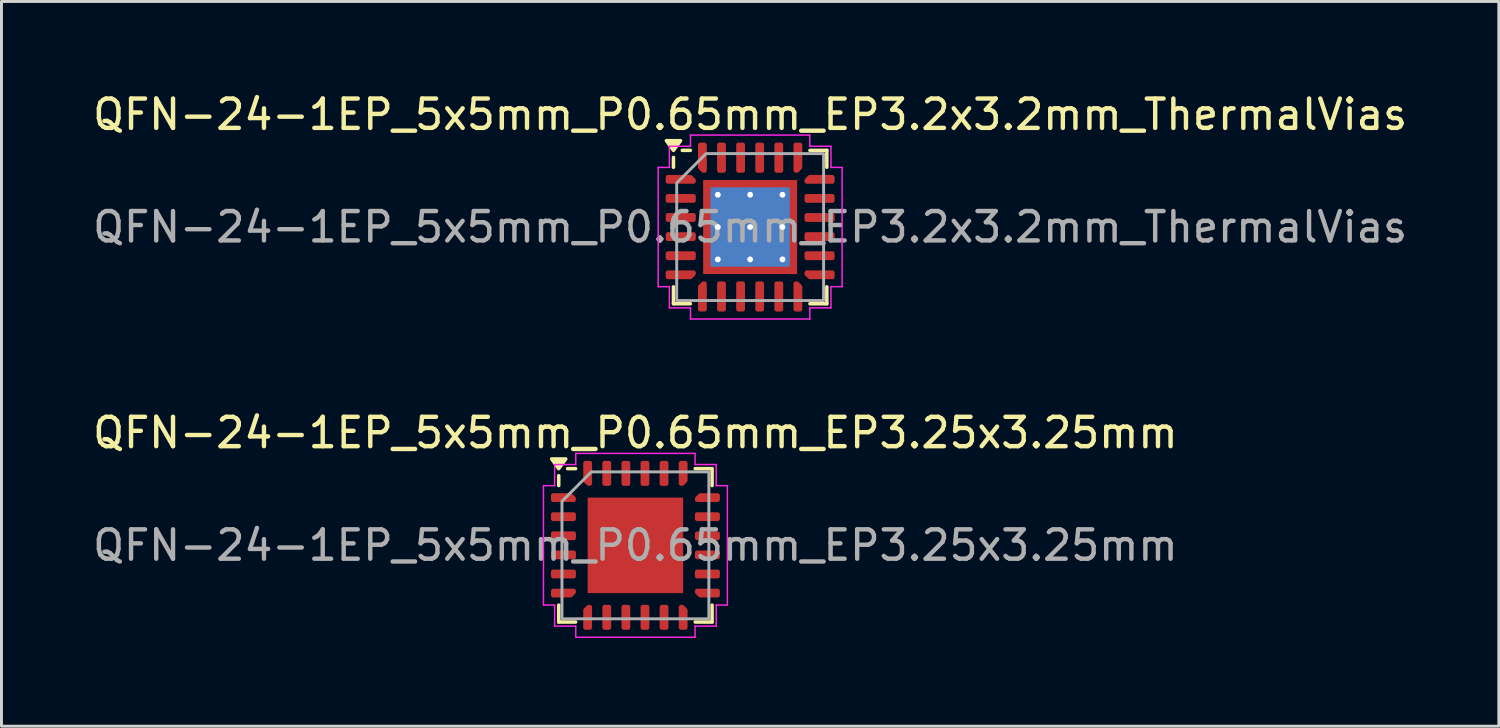
<source format=kicad_pcb>
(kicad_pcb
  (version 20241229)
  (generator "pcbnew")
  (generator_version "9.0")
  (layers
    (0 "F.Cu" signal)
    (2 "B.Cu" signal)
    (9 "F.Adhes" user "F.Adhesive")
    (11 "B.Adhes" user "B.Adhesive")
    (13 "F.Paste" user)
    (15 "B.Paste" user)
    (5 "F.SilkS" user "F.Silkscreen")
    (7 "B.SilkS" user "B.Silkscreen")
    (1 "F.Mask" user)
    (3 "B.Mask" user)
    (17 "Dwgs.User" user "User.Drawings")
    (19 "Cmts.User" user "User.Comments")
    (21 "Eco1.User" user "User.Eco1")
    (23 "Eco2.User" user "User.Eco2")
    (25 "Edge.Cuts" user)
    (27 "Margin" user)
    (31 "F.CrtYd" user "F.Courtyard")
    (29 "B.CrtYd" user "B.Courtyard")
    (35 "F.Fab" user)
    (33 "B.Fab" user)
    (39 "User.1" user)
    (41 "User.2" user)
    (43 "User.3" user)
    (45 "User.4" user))
  (footprint "QFN-24-1EP_5x5mm_P0.65mm_EP3.25x3.25mm"
    (layer "F.Cu")
    (at 18.577 15.511)
    (property "Reference" "QFN-24-1EP_5x5mm_P0.65mm_EP3.25x3.25mm" (at 0 -3.83 0) (layer "F.SilkS") (effects (font (size 1 1) (thickness 0.15))))
    (attr smd)
    (fp_line (start -2.61 -2.035) (end -2.61 -2.37) (stroke (width 0.12) (type solid)) (layer "F.SilkS"))
    (fp_line (start -2.61 2.61) (end -2.61 2.035) (stroke (width 0.12) (type solid)) (layer "F.SilkS"))
    (fp_line (start -2.035 -2.61) (end -2.31 -2.61) (stroke (width 0.12) (type solid)) (layer "F.SilkS"))
    (fp_line (start -2.035 2.61) (end -2.61 2.61) (stroke (width 0.12) (type solid)) (layer "F.SilkS"))
    (fp_line (start 2.035 -2.61) (end 2.61 -2.61) (stroke (width 0.12) (type solid)) (layer "F.SilkS"))
    (fp_line (start 2.035 2.61) (end 2.61 2.61) (stroke (width 0.12) (type solid)) (layer "F.SilkS"))
    (fp_line (start 2.61 -2.61) (end 2.61 -2.035) (stroke (width 0.12) (type solid)) (layer "F.SilkS"))
    (fp_line (start 2.61 2.61) (end 2.61 2.035) (stroke (width 0.12) (type solid)) (layer "F.SilkS"))
    (fp_poly (pts (xy -2.61 -2.61) (xy -2.85 -2.94) (xy -2.37 -2.94)) (stroke (width 0.12) (type solid)) (fill yes) (layer "F.SilkS"))
    (fp_line (start -3.13 -2.03) (end -2.75 -2.03) (stroke (width 0.05) (type solid)) (layer "F.CrtYd"))
    (fp_line (start -3.13 2.03) (end -3.13 -2.03) (stroke (width 0.05) (type solid)) (layer "F.CrtYd"))
    (fp_line (start -2.75 -2.75) (end -2.03 -2.75) (stroke (width 0.05) (type solid)) (layer "F.CrtYd"))
    (fp_line (start -2.75 -2.03) (end -2.75 -2.75) (stroke (width 0.05) (type solid)) (layer "F.CrtYd"))
    (fp_line (start -2.75 2.03) (end -3.13 2.03) (stroke (width 0.05) (type solid)) (layer "F.CrtYd"))
    (fp_line (start -2.75 2.75) (end -2.75 2.03) (stroke (width 0.05) (type solid)) (layer "F.CrtYd"))
    (fp_line (start -2.03 -3.13) (end 2.03 -3.13) (stroke (width 0.05) (type solid)) (layer "F.CrtYd"))
    (fp_line (start -2.03 -2.75) (end -2.03 -3.13) (stroke (width 0.05) (type solid)) (layer "F.CrtYd"))
    (fp_line (start -2.03 2.75) (end -2.75 2.75) (stroke (width 0.05) (type solid)) (layer "F.CrtYd"))
    (fp_line (start -2.03 3.13) (end -2.03 2.75) (stroke (width 0.05) (type solid)) (layer "F.CrtYd"))
    (fp_line (start 2.03 -3.13) (end 2.03 -2.75) (stroke (width 0.05) (type solid)) (layer "F.CrtYd"))
    (fp_line (start 2.03 -2.75) (end 2.75 -2.75) (stroke (width 0.05) (type solid)) (layer "F.CrtYd"))
    (fp_line (start 2.03 2.75) (end 2.03 3.13) (stroke (width 0.05) (type solid)) (layer "F.CrtYd"))
    (fp_line (start 2.03 3.13) (end -2.03 3.13) (stroke (width 0.05) (type solid)) (layer "F.CrtYd"))
    (fp_line (start 2.75 -2.75) (end 2.75 -2.03) (stroke (width 0.05) (type solid)) (layer "F.CrtYd"))
    (fp_line (start 2.75 -2.03) (end 3.13 -2.03) (stroke (width 0.05) (type solid)) (layer "F.CrtYd"))
    (fp_line (start 2.75 2.03) (end 2.75 2.75) (stroke (width 0.05) (type solid)) (layer "F.CrtYd"))
    (fp_line (start 2.75 2.75) (end 2.03 2.75) (stroke (width 0.05) (type solid)) (layer "F.CrtYd"))
    (fp_line (start 3.13 -2.03) (end 3.13 2.03) (stroke (width 0.05) (type solid)) (layer "F.CrtYd"))
    (fp_line (start 3.13 2.03) (end 2.75 2.03) (stroke (width 0.05) (type solid)) (layer "F.CrtYd"))
    (fp_poly (pts (xy -2.5 -1.5) (xy -2.5 2.5) (xy 2.5 2.5) (xy 2.5 -2.5) (xy -1.5 -2.5)) (stroke (width 0.1) (type solid)) (fill no) (layer "F.Fab"))
    (fp_text user "${REFERENCE}" (at 0 0 0) (layer "F.Fab") (effects (font (size 1 1) (thickness 0.15))))
    (pad "" smd roundrect (at -0.81 -0.81) (size 1.31 1.31) (layers "F.Paste") (roundrect_rratio 0.191))
    (pad "" smd roundrect (at -0.81 0.81) (size 1.31 1.31) (layers "F.Paste") (roundrect_rratio 0.191))
    (pad "" smd roundrect (at 0.81 -0.81) (size 1.31 1.31) (layers "F.Paste") (roundrect_rratio 0.191))
    (pad "" smd roundrect (at 0.81 0.81) (size 1.31 1.31) (layers "F.Paste") (roundrect_rratio 0.191))
    (pad "1" smd custom (at -2.45 -1.625) (size 0.194 0.194) (layers "F.Cu" "F.Mask" "F.Paste") (options (anchor circle)) (primitives (gr_poly (pts (xy -0.35 -0.075) (xy 0.244 -0.075) (xy 0.35 0.031) (xy 0.35 0.075) (xy -0.35 0.075)) (width 0.15) (fill yes))))
    (pad "2" smd roundrect (at -2.45 -0.975) (size 0.85 0.3) (layers "F.Cu" "F.Mask" "F.Paste") (roundrect_rratio 0.25))
    (pad "3" smd roundrect (at -2.45 -0.325) (size 0.85 0.3) (layers "F.Cu" "F.Mask" "F.Paste") (roundrect_rratio 0.25))
    (pad "4" smd roundrect (at -2.45 0.325) (size 0.85 0.3) (layers "F.Cu" "F.Mask" "F.Paste") (roundrect_rratio 0.25))
    (pad "5" smd roundrect (at -2.45 0.975) (size 0.85 0.3) (layers "F.Cu" "F.Mask" "F.Paste") (roundrect_rratio 0.25))
    (pad "6" smd custom (at -2.45 1.625) (size 0.194 0.194) (layers "F.Cu" "F.Mask" "F.Paste") (options (anchor circle)) (primitives (gr_poly (pts (xy -0.35 -0.075) (xy 0.35 -0.075) (xy 0.35 -0.031) (xy 0.244 0.075) (xy -0.35 0.075)) (width 0.15) (fill yes))))
    (pad "7" smd custom (at -1.625 2.45) (size 0.194 0.194) (layers "F.Cu" "F.Mask" "F.Paste") (options (anchor circle)) (primitives (gr_poly (pts (xy -0.075 -0.244) (xy 0.031 -0.35) (xy 0.075 -0.35) (xy 0.075 0.35) (xy -0.075 0.35)) (width 0.15) (fill yes))))
    (pad "8" smd roundrect (at -0.975 2.45) (size 0.3 0.85) (layers "F.Cu" "F.Mask" "F.Paste") (roundrect_rratio 0.25))
    (pad "9" smd roundrect (at -0.325 2.45) (size 0.3 0.85) (layers "F.Cu" "F.Mask" "F.Paste") (roundrect_rratio 0.25))
    (pad "10" smd roundrect (at 0.325 2.45) (size 0.3 0.85) (layers "F.Cu" "F.Mask" "F.Paste") (roundrect_rratio 0.25))
    (pad "11" smd roundrect (at 0.975 2.45) (size 0.3 0.85) (layers "F.Cu" "F.Mask" "F.Paste") (roundrect_rratio 0.25))
    (pad "12" smd custom (at 1.625 2.45) (size 0.194 0.194) (layers "F.Cu" "F.Mask" "F.Paste") (options (anchor circle)) (primitives (gr_poly (pts (xy -0.075 -0.35) (xy -0.031 -0.35) (xy 0.075 -0.244) (xy 0.075 0.35) (xy -0.075 0.35)) (width 0.15) (fill yes))))
    (pad "13" smd custom (at 2.45 1.625) (size 0.194 0.194) (layers "F.Cu" "F.Mask" "F.Paste") (options (anchor circle)) (primitives (gr_poly (pts (xy -0.35 -0.075) (xy 0.35 -0.075) (xy 0.35 0.075) (xy -0.244 0.075) (xy -0.35 -0.031)) (width 0.15) (fill yes))))
    (pad "14" smd roundrect (at 2.45 0.975) (size 0.85 0.3) (layers "F.Cu" "F.Mask" "F.Paste") (roundrect_rratio 0.25))
    (pad "15" smd roundrect (at 2.45 0.325) (size 0.85 0.3) (layers "F.Cu" "F.Mask" "F.Paste") (roundrect_rratio 0.25))
    (pad "16" smd roundrect (at 2.45 -0.325) (size 0.85 0.3) (layers "F.Cu" "F.Mask" "F.Paste") (roundrect_rratio 0.25))
    (pad "17" smd roundrect (at 2.45 -0.975) (size 0.85 0.3) (layers "F.Cu" "F.Mask" "F.Paste") (roundrect_rratio 0.25))
    (pad "18" smd custom (at 2.45 -1.625) (size 0.194 0.194) (layers "F.Cu" "F.Mask" "F.Paste") (options (anchor circle)) (primitives (gr_poly (pts (xy -0.35 0.031) (xy -0.244 -0.075) (xy 0.35 -0.075) (xy 0.35 0.075) (xy -0.35 0.075)) (width 0.15) (fill yes))))
    (pad "19" smd custom (at 1.625 -2.45) (size 0.194 0.194) (layers "F.Cu" "F.Mask" "F.Paste") (options (anchor circle)) (primitives (gr_poly (pts (xy -0.075 -0.35) (xy 0.075 -0.35) (xy 0.075 0.244) (xy -0.031 0.35) (xy -0.075 0.35)) (width 0.15) (fill yes))))
    (pad "20" smd roundrect (at 0.975 -2.45) (size 0.3 0.85) (layers "F.Cu" "F.Mask" "F.Paste") (roundrect_rratio 0.25))
    (pad "21" smd roundrect (at 0.325 -2.45) (size 0.3 0.85) (layers "F.Cu" "F.Mask" "F.Paste") (roundrect_rratio 0.25))
    (pad "22" smd roundrect (at -0.325 -2.45) (size 0.3 0.85) (layers "F.Cu" "F.Mask" "F.Paste") (roundrect_rratio 0.25))
    (pad "23" smd roundrect (at -0.975 -2.45) (size 0.3 0.85) (layers "F.Cu" "F.Mask" "F.Paste") (roundrect_rratio 0.25))
    (pad "24" smd custom (at -1.625 -2.45) (size 0.194 0.194) (layers "F.Cu" "F.Mask" "F.Paste") (options (anchor circle)) (primitives (gr_poly (pts (xy -0.075 -0.35) (xy 0.075 -0.35) (xy 0.075 0.35) (xy 0.031 0.35) (xy -0.075 0.244)) (width 0.15) (fill yes))))
    (pad "25" smd rect (at 0 0) (size 3.25 3.25) (property pad_prop_heatsink) (layers "F.Cu" "F.Mask")))
  (footprint "QFN-24-1EP_5x5mm_P0.65mm_EP3.2x3.2mm_ThermalVias"
    (layer "F.Cu")
    (at 22.482 4.678)
    (property "Reference" "QFN-24-1EP_5x5mm_P0.65mm_EP3.2x3.2mm_ThermalVias" (at 0 -3.83 0) (layer "F.SilkS") (effects (font (size 1 1) (thickness 0.15))))
    (attr smd)
    (fp_line (start -2.61 -2.035) (end -2.61 -2.37) (stroke (width 0.12) (type solid)) (layer "F.SilkS"))
    (fp_line (start -2.61 2.61) (end -2.61 2.035) (stroke (width 0.12) (type solid)) (layer "F.SilkS"))
    (fp_line (start -2.035 -2.61) (end -2.31 -2.61) (stroke (width 0.12) (type solid)) (layer "F.SilkS"))
    (fp_line (start -2.035 2.61) (end -2.61 2.61) (stroke (width 0.12) (type solid)) (layer "F.SilkS"))
    (fp_line (start 2.035 -2.61) (end 2.61 -2.61) (stroke (width 0.12) (type solid)) (layer "F.SilkS"))
    (fp_line (start 2.035 2.61) (end 2.61 2.61) (stroke (width 0.12) (type solid)) (layer "F.SilkS"))
    (fp_line (start 2.61 -2.61) (end 2.61 -2.035) (stroke (width 0.12) (type solid)) (layer "F.SilkS"))
    (fp_line (start 2.61 2.61) (end 2.61 2.035) (stroke (width 0.12) (type solid)) (layer "F.SilkS"))
    (fp_poly (pts (xy -2.61 -2.61) (xy -2.85 -2.94) (xy -2.37 -2.94)) (stroke (width 0.12) (type solid)) (fill yes) (layer "F.SilkS"))
    (fp_line (start -3.13 -2.03) (end -2.75 -2.03) (stroke (width 0.05) (type solid)) (layer "F.CrtYd"))
    (fp_line (start -3.13 2.03) (end -3.13 -2.03) (stroke (width 0.05) (type solid)) (layer "F.CrtYd"))
    (fp_line (start -2.75 -2.75) (end -2.03 -2.75) (stroke (width 0.05) (type solid)) (layer "F.CrtYd"))
    (fp_line (start -2.75 -2.03) (end -2.75 -2.75) (stroke (width 0.05) (type solid)) (layer "F.CrtYd"))
    (fp_line (start -2.75 2.03) (end -3.13 2.03) (stroke (width 0.05) (type solid)) (layer "F.CrtYd"))
    (fp_line (start -2.75 2.75) (end -2.75 2.03) (stroke (width 0.05) (type solid)) (layer "F.CrtYd"))
    (fp_line (start -2.03 -3.13) (end 2.03 -3.13) (stroke (width 0.05) (type solid)) (layer "F.CrtYd"))
    (fp_line (start -2.03 -2.75) (end -2.03 -3.13) (stroke (width 0.05) (type solid)) (layer "F.CrtYd"))
    (fp_line (start -2.03 2.75) (end -2.75 2.75) (stroke (width 0.05) (type solid)) (layer "F.CrtYd"))
    (fp_line (start -2.03 3.13) (end -2.03 2.75) (stroke (width 0.05) (type solid)) (layer "F.CrtYd"))
    (fp_line (start 2.03 -3.13) (end 2.03 -2.75) (stroke (width 0.05) (type solid)) (layer "F.CrtYd"))
    (fp_line (start 2.03 -2.75) (end 2.75 -2.75) (stroke (width 0.05) (type solid)) (layer "F.CrtYd"))
    (fp_line (start 2.03 2.75) (end 2.03 3.13) (stroke (width 0.05) (type solid)) (layer "F.CrtYd"))
    (fp_line (start 2.03 3.13) (end -2.03 3.13) (stroke (width 0.05) (type solid)) (layer "F.CrtYd"))
    (fp_line (start 2.75 -2.75) (end 2.75 -2.03) (stroke (width 0.05) (type solid)) (layer "F.CrtYd"))
    (fp_line (start 2.75 -2.03) (end 3.13 -2.03) (stroke (width 0.05) (type solid)) (layer "F.CrtYd"))
    (fp_line (start 2.75 2.03) (end 2.75 2.75) (stroke (width 0.05) (type solid)) (layer "F.CrtYd"))
    (fp_line (start 2.75 2.75) (end 2.03 2.75) (stroke (width 0.05) (type solid)) (layer "F.CrtYd"))
    (fp_line (start 3.13 -2.03) (end 3.13 2.03) (stroke (width 0.05) (type solid)) (layer "F.CrtYd"))
    (fp_line (start 3.13 2.03) (end 2.75 2.03) (stroke (width 0.05) (type solid)) (layer "F.CrtYd"))
    (fp_poly (pts (xy -2.5 -1.5) (xy -2.5 2.5) (xy 2.5 2.5) (xy 2.5 -2.5) (xy -1.5 -2.5)) (stroke (width 0.1) (type solid)) (fill no) (layer "F.Fab"))
    (fp_text user "${REFERENCE}" (at 0 0 0) (layer "F.Fab") (effects (font (size 1 1) (thickness 0.15))))
    (pad "" smd roundrect (at -0.8 -0.8) (size 1.29 1.29) (layers "F.Paste") (roundrect_rratio 0.194))
    (pad "" smd roundrect (at -0.8 0.8) (size 1.29 1.29) (layers "F.Paste") (roundrect_rratio 0.194))
    (pad "" smd roundrect (at 0.8 -0.8) (size 1.29 1.29) (layers "F.Paste") (roundrect_rratio 0.194))
    (pad "" smd roundrect (at 0.8 0.8) (size 1.29 1.29) (layers "F.Paste") (roundrect_rratio 0.194))
    (pad "1" smd custom (at -2.362 -1.625) (size 0.194 0.194) (layers "F.Cu" "F.Mask" "F.Paste") (options (anchor circle)) (primitives (gr_poly (pts (xy -0.438 -0.075) (xy 0.331 -0.075) (xy 0.438 0.031) (xy 0.438 0.075) (xy -0.438 0.075)) (width 0.15) (fill yes))))
    (pad "2" smd roundrect (at -2.362 -0.975) (size 1.025 0.3) (layers "F.Cu" "F.Mask" "F.Paste") (roundrect_rratio 0.25))
    (pad "3" smd roundrect (at -2.362 -0.325) (size 1.025 0.3) (layers "F.Cu" "F.Mask" "F.Paste") (roundrect_rratio 0.25))
    (pad "4" smd roundrect (at -2.362 0.325) (size 1.025 0.3) (layers "F.Cu" "F.Mask" "F.Paste") (roundrect_rratio 0.25))
    (pad "5" smd roundrect (at -2.362 0.975) (size 1.025 0.3) (layers "F.Cu" "F.Mask" "F.Paste") (roundrect_rratio 0.25))
    (pad "6" smd custom (at -2.362 1.625) (size 0.194 0.194) (layers "F.Cu" "F.Mask" "F.Paste") (options (anchor circle)) (primitives (gr_poly (pts (xy -0.438 -0.075) (xy 0.438 -0.075) (xy 0.438 -0.031) (xy 0.331 0.075) (xy -0.438 0.075)) (width 0.15) (fill yes))))
    (pad "7" smd custom (at -1.625 2.362) (size 0.194 0.194) (layers "F.Cu" "F.Mask" "F.Paste") (options (anchor circle)) (primitives (gr_poly (pts (xy -0.075 -0.331) (xy 0.031 -0.438) (xy 0.075 -0.438) (xy 0.075 0.438) (xy -0.075 0.438)) (width 0.15) (fill yes))))
    (pad "8" smd roundrect (at -0.975 2.362) (size 0.3 1.025) (layers "F.Cu" "F.Mask" "F.Paste") (roundrect_rratio 0.25))
    (pad "9" smd roundrect (at -0.325 2.362) (size 0.3 1.025) (layers "F.Cu" "F.Mask" "F.Paste") (roundrect_rratio 0.25))
    (pad "10" smd roundrect (at 0.325 2.362) (size 0.3 1.025) (layers "F.Cu" "F.Mask" "F.Paste") (roundrect_rratio 0.25))
    (pad "11" smd roundrect (at 0.975 2.362) (size 0.3 1.025) (layers "F.Cu" "F.Mask" "F.Paste") (roundrect_rratio 0.25))
    (pad "12" smd custom (at 1.625 2.362) (size 0.194 0.194) (layers "F.Cu" "F.Mask" "F.Paste") (options (anchor circle)) (primitives (gr_poly (pts (xy -0.075 -0.438) (xy -0.031 -0.438) (xy 0.075 -0.331) (xy 0.075 0.438) (xy -0.075 0.438)) (width 0.15) (fill yes))))
    (pad "13" smd custom (at 2.362 1.625) (size 0.194 0.194) (layers "F.Cu" "F.Mask" "F.Paste") (options (anchor circle)) (primitives (gr_poly (pts (xy -0.438 -0.075) (xy 0.438 -0.075) (xy 0.438 0.075) (xy -0.331 0.075) (xy -0.438 -0.031)) (width 0.15) (fill yes))))
    (pad "14" smd roundrect (at 2.362 0.975) (size 1.025 0.3) (layers "F.Cu" "F.Mask" "F.Paste") (roundrect_rratio 0.25))
    (pad "15" smd roundrect (at 2.362 0.325) (size 1.025 0.3) (layers "F.Cu" "F.Mask" "F.Paste") (roundrect_rratio 0.25))
    (pad "16" smd roundrect (at 2.362 -0.325) (size 1.025 0.3) (layers "F.Cu" "F.Mask" "F.Paste") (roundrect_rratio 0.25))
    (pad "17" smd roundrect (at 2.362 -0.975) (size 1.025 0.3) (layers "F.Cu" "F.Mask" "F.Paste") (roundrect_rratio 0.25))
    (pad "18" smd custom (at 2.362 -1.625) (size 0.194 0.194) (layers "F.Cu" "F.Mask" "F.Paste") (options (anchor circle)) (primitives (gr_poly (pts (xy -0.438 0.031) (xy -0.331 -0.075) (xy 0.438 -0.075) (xy 0.438 0.075) (xy -0.438 0.075)) (width 0.15) (fill yes))))
    (pad "19" smd custom (at 1.625 -2.362) (size 0.194 0.194) (layers "F.Cu" "F.Mask" "F.Paste") (options (anchor circle)) (primitives (gr_poly (pts (xy -0.075 -0.438) (xy 0.075 -0.438) (xy 0.075 0.331) (xy -0.031 0.438) (xy -0.075 0.438)) (width 0.15) (fill yes))))
    (pad "20" smd roundrect (at 0.975 -2.362) (size 0.3 1.025) (layers "F.Cu" "F.Mask" "F.Paste") (roundrect_rratio 0.25))
    (pad "21" smd roundrect (at 0.325 -2.362) (size 0.3 1.025) (layers "F.Cu" "F.Mask" "F.Paste") (roundrect_rratio 0.25))
    (pad "22" smd roundrect (at -0.325 -2.362) (size 0.3 1.025) (layers "F.Cu" "F.Mask" "F.Paste") (roundrect_rratio 0.25))
    (pad "23" smd roundrect (at -0.975 -2.362) (size 0.3 1.025) (layers "F.Cu" "F.Mask" "F.Paste") (roundrect_rratio 0.25))
    (pad "24" smd custom (at -1.625 -2.362) (size 0.194 0.194) (layers "F.Cu" "F.Mask" "F.Paste") (options (anchor circle)) (primitives (gr_poly (pts (xy -0.075 -0.438) (xy 0.075 -0.438) (xy 0.075 0.438) (xy 0.031 0.438) (xy -0.075 0.331)) (width 0.15) (fill yes))))
    (pad "25" thru_hole circle (at -1.1 -1.1) (size 0.5 0.5) (drill 0.2) (property pad_prop_heatsink) (layers "*.Cu"))
    (pad "25" thru_hole circle (at -1.1 0) (size 0.5 0.5) (drill 0.2) (property pad_prop_heatsink) (layers "*.Cu"))
    (pad "25" thru_hole circle (at -1.1 1.1) (size 0.5 0.5) (drill 0.2) (property pad_prop_heatsink) (layers "*.Cu"))
    (pad "25" thru_hole circle (at 0 -1.1) (size 0.5 0.5) (drill 0.2) (property pad_prop_heatsink) (layers "*.Cu"))
    (pad "25" thru_hole circle (at 0 0) (size 0.5 0.5) (drill 0.2) (property pad_prop_heatsink) (layers "*.Cu"))
    (pad "25" smd rect (at 0 0) (size 2.7 2.7) (property pad_prop_heatsink) (layers "B.Cu"))
    (pad "25" smd rect (at 0 0) (size 3.2 3.2) (property pad_prop_heatsink) (layers "F.Cu" "F.Mask"))
    (pad "25" thru_hole circle (at 0 1.1) (size 0.5 0.5) (drill 0.2) (property pad_prop_heatsink) (layers "*.Cu"))
    (pad "25" thru_hole circle (at 1.1 -1.1) (size 0.5 0.5) (drill 0.2) (property pad_prop_heatsink) (layers "*.Cu"))
    (pad "25" thru_hole circle (at 1.1 0) (size 0.5 0.5) (drill 0.2) (property pad_prop_heatsink) (layers "*.Cu"))
    (pad "25" thru_hole circle (at 1.1 1.1) (size 0.5 0.5) (drill 0.2) (property pad_prop_heatsink) (layers "*.Cu")))
  (gr_rect
    (start -3 -3)
    (end 47.964 21.666)
    (stroke (width 0.1) (type default))
    (fill no)
    (layer "Edge.Cuts")))
</source>
